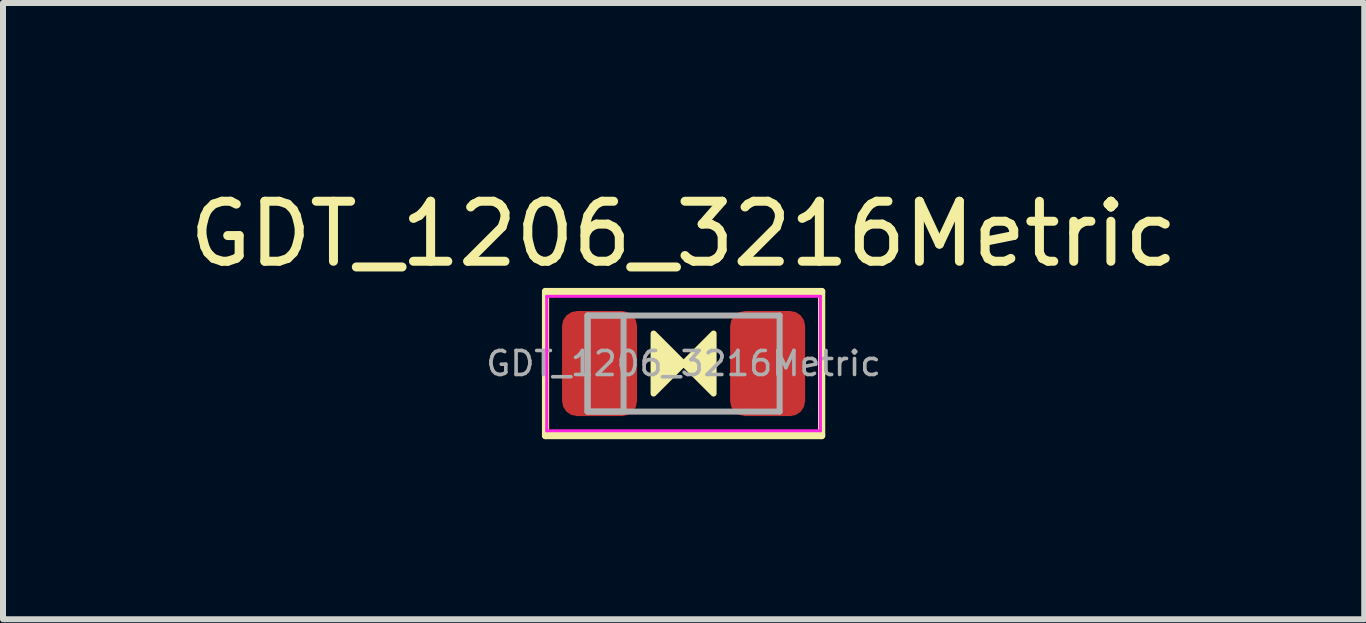
<source format=kicad_pcb>
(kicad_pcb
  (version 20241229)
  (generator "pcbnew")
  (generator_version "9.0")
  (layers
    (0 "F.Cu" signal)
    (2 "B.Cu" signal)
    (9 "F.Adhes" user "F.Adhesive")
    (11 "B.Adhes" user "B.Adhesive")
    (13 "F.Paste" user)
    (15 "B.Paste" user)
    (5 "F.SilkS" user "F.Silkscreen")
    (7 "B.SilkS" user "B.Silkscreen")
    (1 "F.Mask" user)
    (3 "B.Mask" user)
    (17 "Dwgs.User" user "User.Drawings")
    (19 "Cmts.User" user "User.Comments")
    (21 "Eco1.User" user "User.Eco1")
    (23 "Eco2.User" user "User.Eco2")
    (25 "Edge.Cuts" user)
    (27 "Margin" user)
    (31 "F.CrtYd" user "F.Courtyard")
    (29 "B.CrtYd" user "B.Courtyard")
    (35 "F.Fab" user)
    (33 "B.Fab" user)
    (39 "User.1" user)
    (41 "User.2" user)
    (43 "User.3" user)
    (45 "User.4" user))
  (footprint "GDT_1206_3216Metric"
    (layer "F.Cu")
    (at 8.339 3.007)
    (property "Reference" "GDT_1206_3216Metric" (at 0 -2.159 0) (layer "F.SilkS") (effects (font (size 1 1) (thickness 0.15))))
    (attr smd)
    (fp_line (start -2.3 -1.2) (end -2.3 1.2) (stroke (width 0.12) (type solid)) (layer "F.SilkS"))
    (fp_line (start -2.3 1.2) (end 2.3 1.2) (stroke (width 0.12) (type solid)) (layer "F.SilkS"))
    (fp_line (start 2.3 -1.2) (end -2.3 -1.2) (stroke (width 0.12) (type solid)) (layer "F.SilkS"))
    (fp_line (start 2.3 1.2) (end 2.3 -1.2) (stroke (width 0.12) (type solid)) (layer "F.SilkS"))
    (fp_poly (pts (xy -0.5 -0.5) (xy 0 0) (xy -0.5 0.5)) (stroke (width 0.1) (type solid)) (fill yes) (layer "F.SilkS"))
    (fp_poly (pts (xy 0.5 0.5) (xy 0 0) (xy 0.5 -0.5)) (stroke (width 0.1) (type solid)) (fill yes) (layer "F.SilkS"))
    (fp_line (start -2.28 -1.12) (end 2.28 -1.12) (stroke (width 0.05) (type solid)) (layer "F.CrtYd"))
    (fp_line (start -2.28 1.12) (end -2.28 -1.12) (stroke (width 0.05) (type solid)) (layer "F.CrtYd"))
    (fp_line (start 2.28 -1.12) (end 2.28 1.12) (stroke (width 0.05) (type solid)) (layer "F.CrtYd"))
    (fp_line (start 2.28 1.12) (end -2.28 1.12) (stroke (width 0.05) (type solid)) (layer "F.CrtYd"))
    (fp_line (start -1.6 -0.8) (end -1.6 0.8) (stroke (width 0.1) (type solid)) (layer "F.Fab"))
    (fp_line (start -1.6 0.8) (end 1.6 0.8) (stroke (width 0.1) (type solid)) (layer "F.Fab"))
    (fp_line (start 1.6 -0.8) (end -1.6 -0.8) (stroke (width 0.1) (type solid)) (layer "F.Fab"))
    (fp_line (start 1.6 0.8) (end 1.6 -0.8) (stroke (width 0.1) (type solid)) (layer "F.Fab"))
    (fp_rect (start -1.6 -0.8) (end -1 0.8) (stroke (width 0.1) (type solid)) (fill no) (layer "F.Fab"))
    (fp_text user "${REFERENCE}" (at 0 0 0) (layer "F.Fab") (effects (font (size 0.4 0.4) (thickness 0.06))))
    (pad "1" smd roundrect (at -1.4 0) (size 1.25 1.75) (layers "F.Cu" "F.Mask" "F.Paste") (roundrect_rratio 0.2))
    (pad "2" smd roundrect (at 1.4 0) (size 1.25 1.75) (layers "F.Cu" "F.Mask" "F.Paste") (roundrect_rratio 0.2)))
  (gr_rect
    (start -3 -3)
    (end 19.679 7.267)
    (stroke (width 0.1) (type default))
    (fill no)
    (layer "Edge.Cuts")))
</source>
